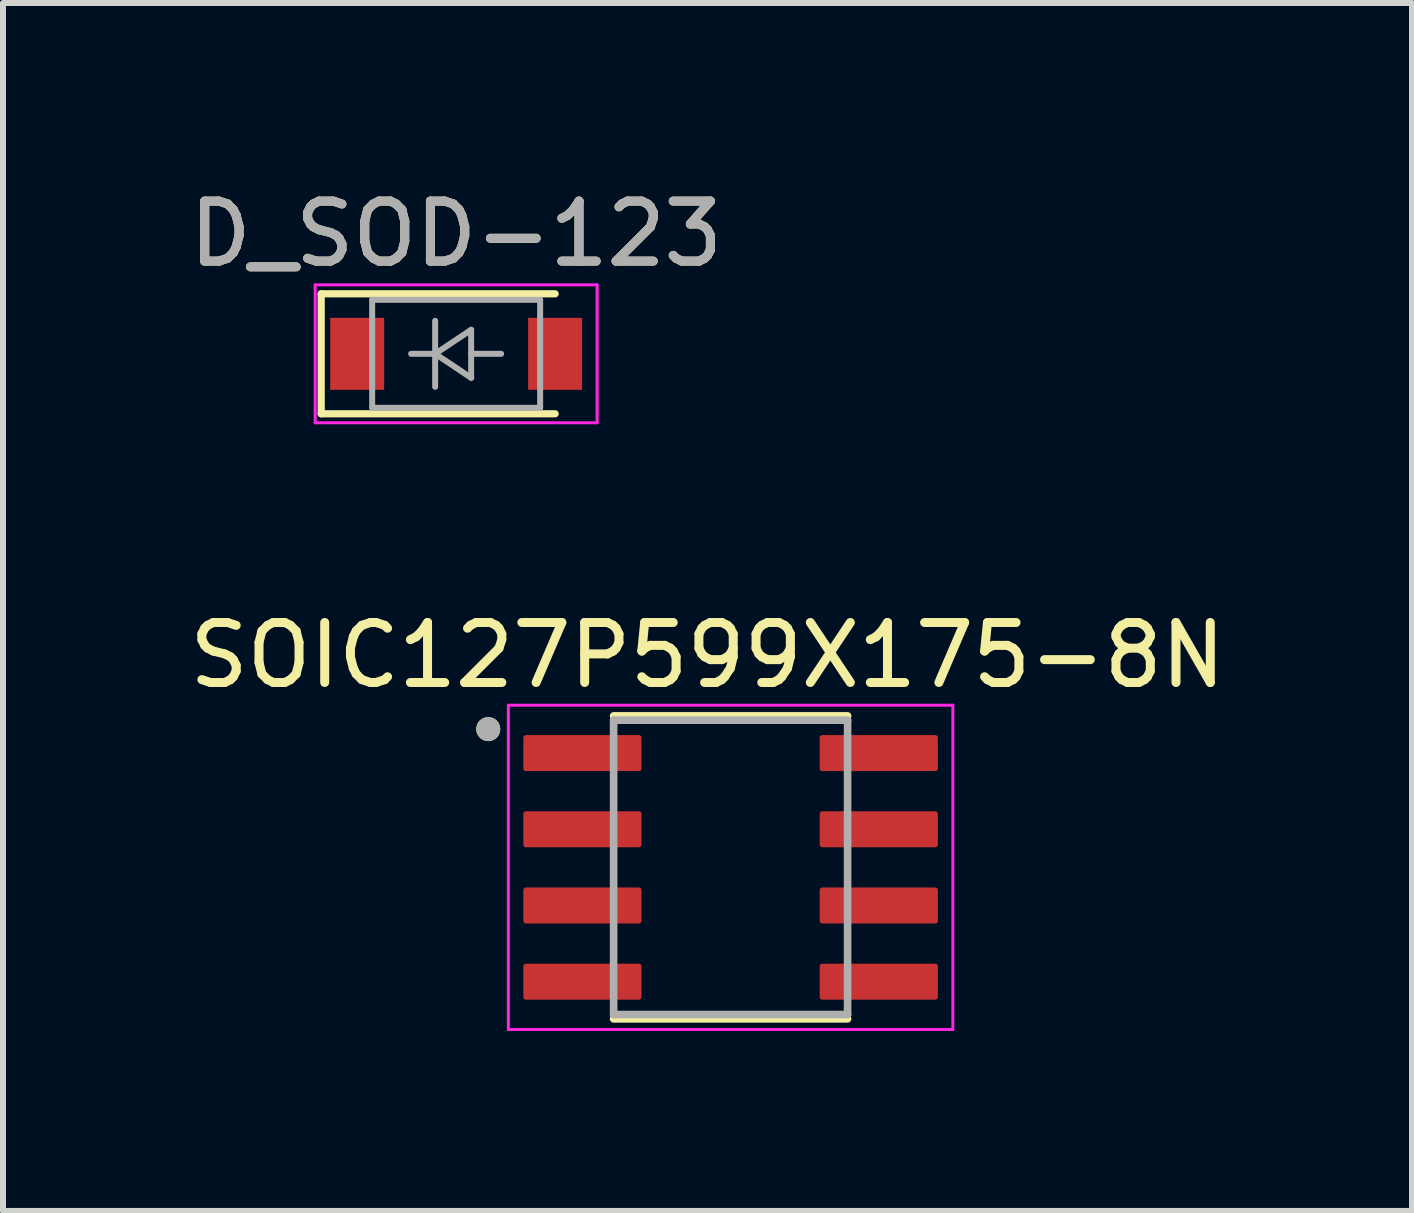
<source format=kicad_pcb>
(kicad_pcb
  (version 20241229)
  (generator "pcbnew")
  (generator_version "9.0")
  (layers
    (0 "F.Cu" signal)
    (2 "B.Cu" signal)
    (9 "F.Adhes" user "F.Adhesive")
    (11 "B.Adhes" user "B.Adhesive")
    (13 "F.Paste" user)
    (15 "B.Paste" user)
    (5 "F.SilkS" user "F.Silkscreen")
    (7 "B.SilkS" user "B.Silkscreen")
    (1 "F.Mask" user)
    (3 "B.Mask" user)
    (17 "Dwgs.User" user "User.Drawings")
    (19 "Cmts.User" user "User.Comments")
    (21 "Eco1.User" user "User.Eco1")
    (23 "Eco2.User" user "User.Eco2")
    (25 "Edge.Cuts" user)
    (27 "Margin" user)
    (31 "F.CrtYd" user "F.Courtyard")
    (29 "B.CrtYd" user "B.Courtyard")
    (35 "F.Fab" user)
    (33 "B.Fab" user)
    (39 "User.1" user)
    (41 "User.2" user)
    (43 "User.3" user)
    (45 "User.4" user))
  (footprint "D_SOD-123"
    (layer "F.Cu")
    (at 4.554 2.848)
    (property "Reference" "D_SOD-123" (at 0 -2 0) (layer "F.SilkS") (effects (font (size 1 1) (thickness 0.15))))
    (attr smd)
    (fp_line (start -2.25 -1) (end -2.25 1) (stroke (width 0.12) (type solid)) (layer "F.SilkS"))
    (fp_line (start -2.25 -1) (end 1.65 -1) (stroke (width 0.12) (type solid)) (layer "F.SilkS"))
    (fp_line (start -2.25 1) (end 1.65 1) (stroke (width 0.12) (type solid)) (layer "F.SilkS"))
    (fp_line (start -2.35 -1.15) (end -2.35 1.15) (stroke (width 0.05) (type solid)) (layer "F.CrtYd"))
    (fp_line (start -2.35 -1.15) (end 2.35 -1.15) (stroke (width 0.05) (type solid)) (layer "F.CrtYd"))
    (fp_line (start 2.35 -1.15) (end 2.35 1.15) (stroke (width 0.05) (type solid)) (layer "F.CrtYd"))
    (fp_line (start 2.35 1.15) (end -2.35 1.15) (stroke (width 0.05) (type solid)) (layer "F.CrtYd"))
    (fp_line (start -1.4 -0.9) (end 1.4 -0.9) (stroke (width 0.1) (type solid)) (layer "F.Fab"))
    (fp_line (start -1.4 0.9) (end -1.4 -0.9) (stroke (width 0.1) (type solid)) (layer "F.Fab"))
    (fp_line (start -0.75 0) (end -0.35 0) (stroke (width 0.1) (type solid)) (layer "F.Fab"))
    (fp_line (start -0.35 0) (end -0.35 -0.55) (stroke (width 0.1) (type solid)) (layer "F.Fab"))
    (fp_line (start -0.35 0) (end -0.35 0.55) (stroke (width 0.1) (type solid)) (layer "F.Fab"))
    (fp_line (start -0.35 0) (end 0.25 -0.4) (stroke (width 0.1) (type solid)) (layer "F.Fab"))
    (fp_line (start 0.25 -0.4) (end 0.25 0.4) (stroke (width 0.1) (type solid)) (layer "F.Fab"))
    (fp_line (start 0.25 0) (end 0.75 0) (stroke (width 0.1) (type solid)) (layer "F.Fab"))
    (fp_line (start 0.25 0.4) (end -0.35 0) (stroke (width 0.1) (type solid)) (layer "F.Fab"))
    (fp_line (start 1.4 -0.9) (end 1.4 0.9) (stroke (width 0.1) (type solid)) (layer "F.Fab"))
    (fp_line (start 1.4 0.9) (end -1.4 0.9) (stroke (width 0.1) (type solid)) (layer "F.Fab"))
    (fp_text user "${REFERENCE}" (at 0 -2 0) (layer "F.Fab") (effects (font (size 1 1) (thickness 0.15))))
    (pad "1" smd rect (at 1.65 0) (size 0.9 1.2) (layers "F.Cu" "F.Mask" "F.Paste"))
    (pad "2" smd rect (at -1.65 0) (size 0.9 1.2) (layers "F.Cu" "F.Mask" "F.Paste")))
  (footprint "SOIC127P599X175-8N"
    (layer "F.Cu")
    (at 9.129 11.409)
    (property "Reference" "SOIC127P599X175-8N" (at -0.385 -3.537 0) (layer "F.SilkS") (effects (font (size 1 1) (thickness 0.15))))
    (attr through_hole)
    (fp_line (start -1.95 -2.525) (end 1.95 -2.525) (stroke (width 0.127) (type solid)) (layer "F.SilkS"))
    (fp_line (start -1.95 2.525) (end 1.95 2.525) (stroke (width 0.127) (type solid)) (layer "F.SilkS"))
    (fp_circle (center -4.04 -2.305) (end -3.94 -2.305) (stroke (width 0.2) (type solid)) (fill no) (layer "F.SilkS"))
    (fp_line (start -3.705 -2.703) (end -3.705 2.703) (stroke (width 0.05) (type solid)) (layer "F.CrtYd"))
    (fp_line (start -3.705 -2.703) (end 3.705 -2.703) (stroke (width 0.05) (type solid)) (layer "F.CrtYd"))
    (fp_line (start -3.705 2.703) (end 3.705 2.703) (stroke (width 0.05) (type solid)) (layer "F.CrtYd"))
    (fp_line (start 3.705 -2.703) (end 3.705 2.703) (stroke (width 0.05) (type solid)) (layer "F.CrtYd"))
    (fp_line (start -1.95 -2.453) (end -1.95 2.453) (stroke (width 0.127) (type solid)) (layer "F.Fab"))
    (fp_line (start -1.95 -2.453) (end 1.95 -2.453) (stroke (width 0.127) (type solid)) (layer "F.Fab"))
    (fp_line (start -1.95 2.453) (end 1.95 2.453) (stroke (width 0.127) (type solid)) (layer "F.Fab"))
    (fp_line (start 1.95 -2.453) (end 1.95 2.453) (stroke (width 0.127) (type solid)) (layer "F.Fab"))
    (fp_circle (center -4.04 -2.305) (end -3.94 -2.305) (stroke (width 0.2) (type solid)) (fill no) (layer "F.Fab"))
    (pad "1" smd roundrect (at -2.47 -1.905) (size 1.97 0.6) (layers "F.Cu" "F.Mask" "F.Paste") (roundrect_rratio 0.07))
    (pad "2" smd roundrect (at -2.47 -0.635) (size 1.97 0.6) (layers "F.Cu" "F.Mask" "F.Paste") (roundrect_rratio 0.07))
    (pad "3" smd roundrect (at -2.47 0.635) (size 1.97 0.6) (layers "F.Cu" "F.Mask" "F.Paste") (roundrect_rratio 0.07))
    (pad "4" smd roundrect (at -2.47 1.905) (size 1.97 0.6) (layers "F.Cu" "F.Mask" "F.Paste") (roundrect_rratio 0.07))
    (pad "5" smd roundrect (at 2.47 1.905) (size 1.97 0.6) (layers "F.Cu" "F.Mask" "F.Paste") (roundrect_rratio 0.07))
    (pad "6" smd roundrect (at 2.47 0.635) (size 1.97 0.6) (layers "F.Cu" "F.Mask" "F.Paste") (roundrect_rratio 0.07))
    (pad "7" smd roundrect (at 2.47 -0.635) (size 1.97 0.6) (layers "F.Cu" "F.Mask" "F.Paste") (roundrect_rratio 0.07))
    (pad "8" smd roundrect (at 2.47 -1.905) (size 1.97 0.6) (layers "F.Cu" "F.Mask" "F.Paste") (roundrect_rratio 0.07)))
  (gr_rect
    (start -3 -3)
    (end 20.488 17.136)
    (stroke (width 0.1) (type default))
    (fill no)
    (layer "Edge.Cuts")))
</source>
